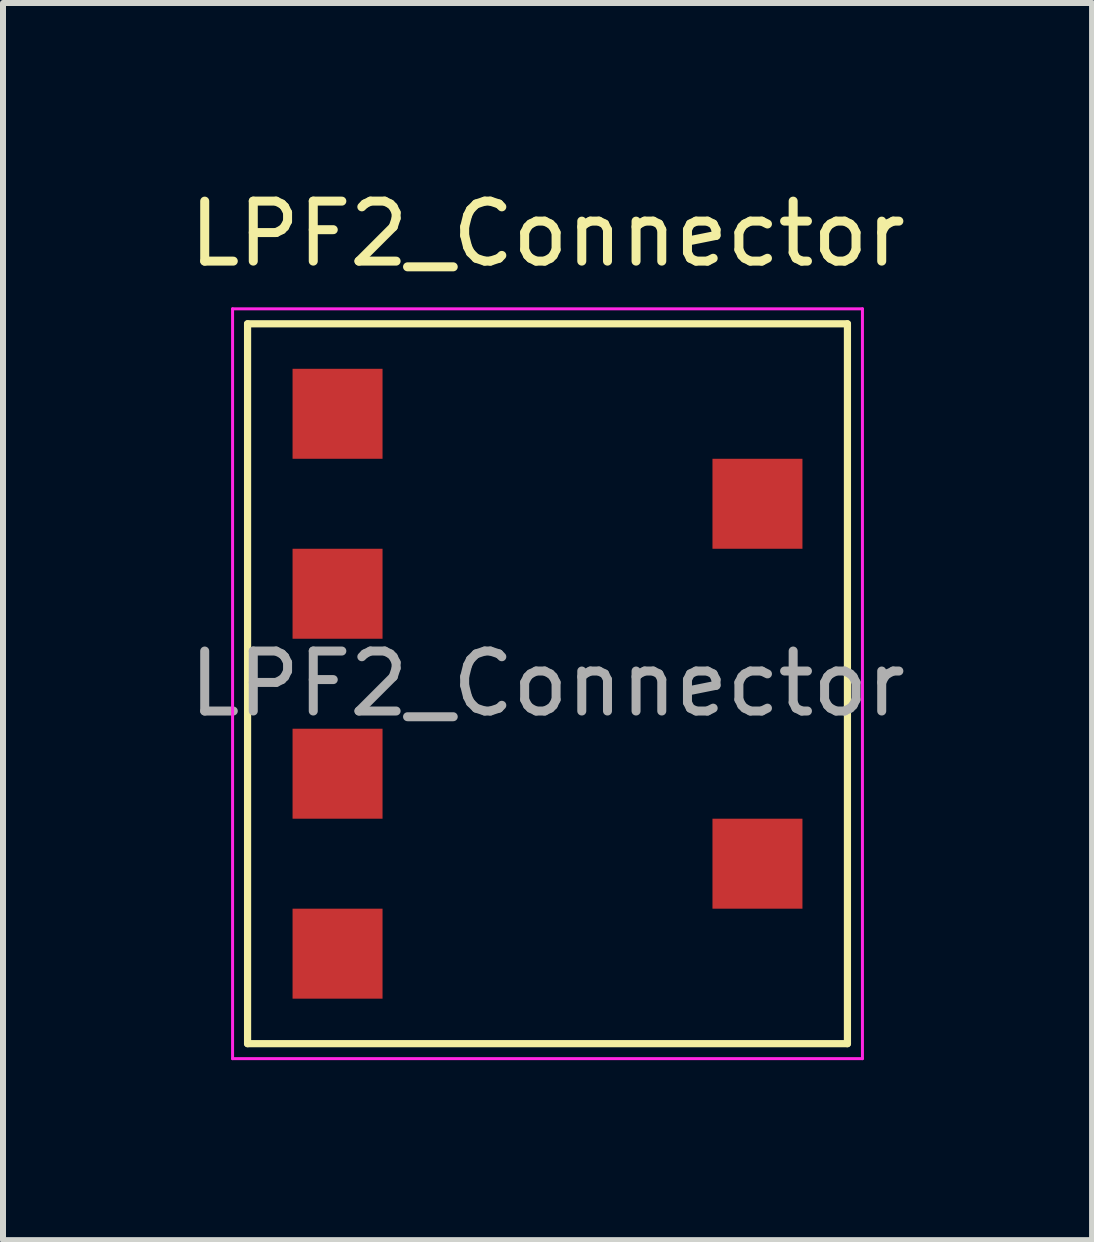
<source format=kicad_pcb>
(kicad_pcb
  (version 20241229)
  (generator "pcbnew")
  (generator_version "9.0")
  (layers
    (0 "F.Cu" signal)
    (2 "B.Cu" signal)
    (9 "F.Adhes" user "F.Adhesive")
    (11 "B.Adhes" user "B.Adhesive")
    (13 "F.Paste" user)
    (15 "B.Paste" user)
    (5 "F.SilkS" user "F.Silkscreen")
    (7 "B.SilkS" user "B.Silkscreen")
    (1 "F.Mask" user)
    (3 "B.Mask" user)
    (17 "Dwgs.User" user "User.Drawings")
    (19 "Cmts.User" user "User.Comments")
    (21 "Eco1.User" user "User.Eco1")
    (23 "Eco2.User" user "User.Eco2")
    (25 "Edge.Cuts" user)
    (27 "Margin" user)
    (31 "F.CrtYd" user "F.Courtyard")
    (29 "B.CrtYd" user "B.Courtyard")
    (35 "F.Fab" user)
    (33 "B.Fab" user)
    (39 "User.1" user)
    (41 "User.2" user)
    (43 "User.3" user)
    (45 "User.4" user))
  (footprint "LPF2_Connector"
    (layer "F.Cu")
    (at 6.077 8.348)
    (property "Reference" "LPF2_Connector" (at 0 -7.5 0) (layer "F.SilkS") (effects (font (size 1 1) (thickness 0.15))))
    (attr smd)
    (fp_line (start -5 -6) (end 5 -6) (stroke (width 0.12) (type solid)) (layer "F.SilkS"))
    (fp_line (start -5 6) (end -5 -6) (stroke (width 0.12) (type solid)) (layer "F.SilkS"))
    (fp_line (start 5 -6) (end 5 6) (stroke (width 0.12) (type solid)) (layer "F.SilkS"))
    (fp_line (start 5 6) (end -5 6) (stroke (width 0.12) (type solid)) (layer "F.SilkS"))
    (fp_line (start -5.25 -6.25) (end 5.25 -6.25) (stroke (width 0.05) (type solid)) (layer "F.CrtYd"))
    (fp_line (start -5.25 6.25) (end -5.25 -6.25) (stroke (width 0.05) (type solid)) (layer "F.CrtYd"))
    (fp_line (start 5.25 -6.25) (end 5.25 6.25) (stroke (width 0.05) (type solid)) (layer "F.CrtYd"))
    (fp_line (start 5.25 6.25) (end -5.25 6.25) (stroke (width 0.05) (type solid)) (layer "F.CrtYd"))
    (fp_text user "${REFERENCE}" (at 0 0 0) (layer "F.Fab") (effects (font (size 1 1) (thickness 0.15))))
    (pad "1" smd rect (at -3.5 -4.5) (size 1.5 1.5) (layers "F.Cu" "F.Mask" "F.Paste"))
    (pad "2" smd rect (at -3.5 -1.5) (size 1.5 1.5) (layers "F.Cu" "F.Mask" "F.Paste"))
    (pad "3" smd rect (at -3.5 1.5) (size 1.5 1.5) (layers "F.Cu" "F.Mask" "F.Paste"))
    (pad "4" smd rect (at -3.5 4.5) (size 1.5 1.5) (layers "F.Cu" "F.Mask" "F.Paste"))
    (pad "5" smd rect (at 3.5 -3) (size 1.5 1.5) (layers "F.Cu" "F.Mask" "F.Paste"))
    (pad "6" smd rect (at 3.5 3) (size 1.5 1.5) (layers "F.Cu" "F.Mask" "F.Paste")))
  (gr_rect
    (start -3 -3)
    (end 15.155 17.623)
    (stroke (width 0.1) (type default))
    (fill no)
    (layer "Edge.Cuts")))
</source>
